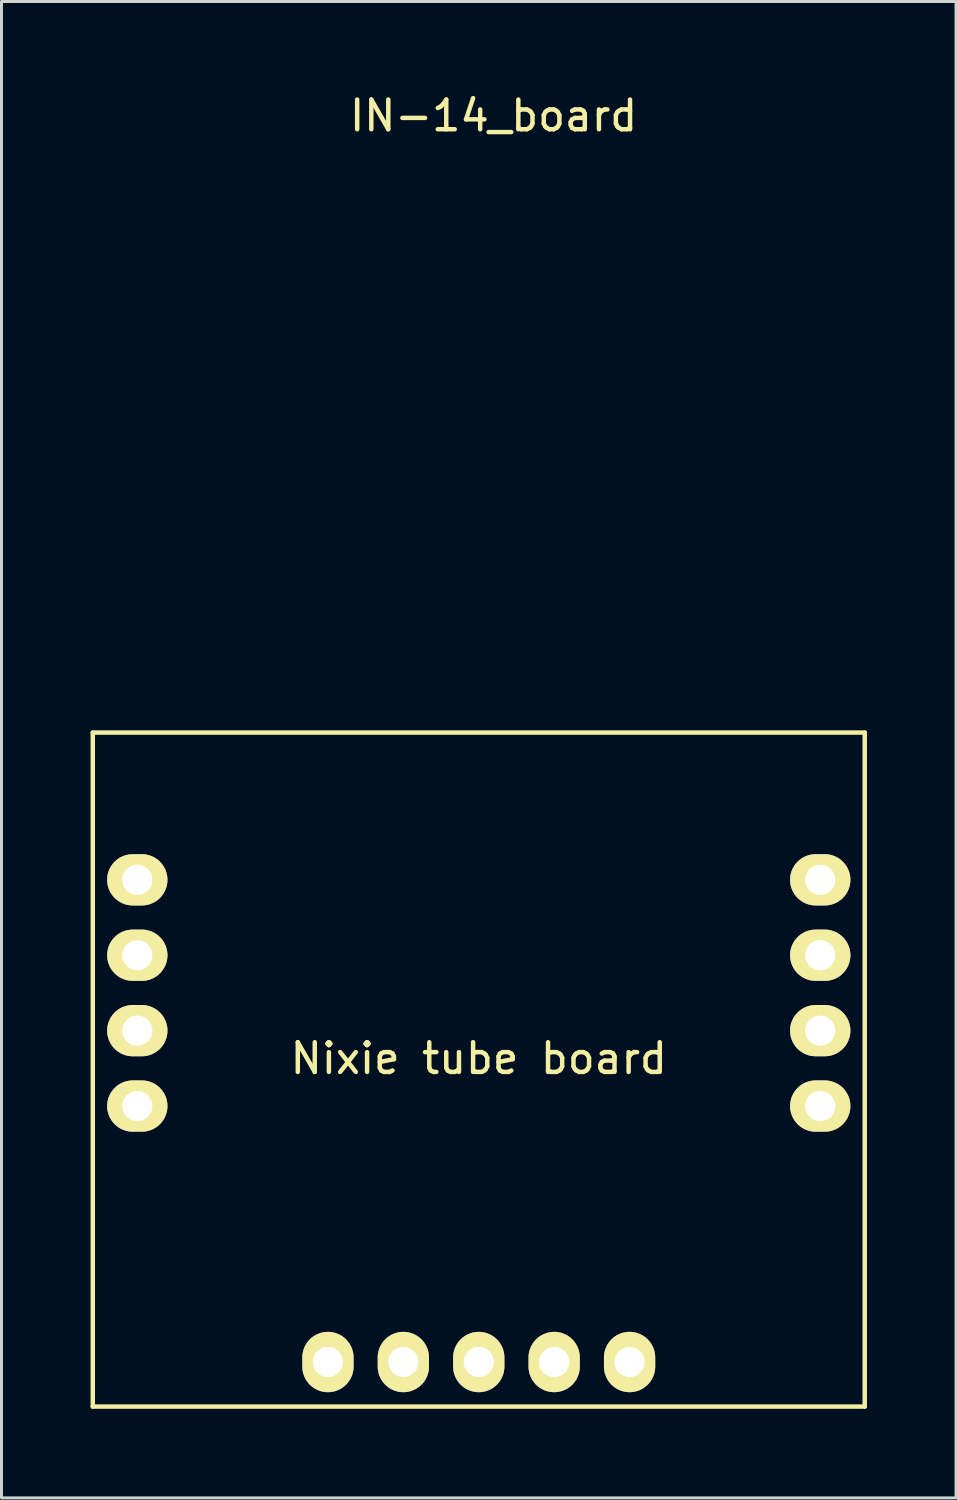
<source format=kicad_pcb>
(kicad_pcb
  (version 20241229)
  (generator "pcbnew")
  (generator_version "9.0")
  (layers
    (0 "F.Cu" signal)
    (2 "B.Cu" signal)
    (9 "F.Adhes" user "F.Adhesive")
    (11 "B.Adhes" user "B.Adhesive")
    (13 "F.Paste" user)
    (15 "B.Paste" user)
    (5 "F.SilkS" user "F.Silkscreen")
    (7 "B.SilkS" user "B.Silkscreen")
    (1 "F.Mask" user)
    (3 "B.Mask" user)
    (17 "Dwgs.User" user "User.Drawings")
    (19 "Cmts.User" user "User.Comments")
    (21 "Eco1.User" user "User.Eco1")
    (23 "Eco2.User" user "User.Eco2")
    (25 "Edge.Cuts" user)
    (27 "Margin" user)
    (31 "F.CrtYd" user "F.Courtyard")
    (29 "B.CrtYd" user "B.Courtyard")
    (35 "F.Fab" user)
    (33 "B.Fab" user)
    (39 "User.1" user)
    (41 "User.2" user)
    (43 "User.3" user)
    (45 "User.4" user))
  (footprint "IN-14_board"
    (layer "F.Cu")
    (at 13.075 31.328)
    (property "Reference" "IN-14_board" (at 0.5 -30.48 0) (layer "F.SilkS") (effects (font (size 1 1) (thickness 0.15))))
    (attr through_hole)
    (fp_line (start -13 -9.704) (end -13 12.996) (stroke (width 0.15) (type solid)) (layer "F.SilkS"))
    (fp_line (start -13 12.996) (end 13 12.996) (stroke (width 0.15) (type solid)) (layer "F.SilkS"))
    (fp_line (start 13 -9.704) (end -13 -9.704) (stroke (width 0.15) (type solid)) (layer "F.SilkS"))
    (fp_line (start 13 -9.704) (end 13 12.996) (stroke (width 0.15) (type solid)) (layer "F.SilkS"))
    (fp_text user "Nixie tube board" (at 0 1.27 0) (layer "F.SilkS") (effects (font (size 1 1) (thickness 0.15))))
    (pad "1" thru_hole oval (at 0 11.496 90) (size 2.032 1.727) (drill 1.016) (layers "*.Cu" "*.Mask" "F.SilkS"))
    (pad "3" thru_hole oval (at -5.08 11.496 90) (size 2.032 1.727) (drill 1.016) (layers "*.Cu" "*.Mask" "F.SilkS"))
    (pad "4" thru_hole oval (at -11.501 2.875) (size 2.032 1.727) (drill 1.016) (layers "*.Cu" "*.Mask" "F.SilkS"))
    (pad "5" thru_hole oval (at -11.501 0.335) (size 2.032 1.727) (drill 1.016) (layers "*.Cu" "*.Mask" "F.SilkS"))
    (pad "6" thru_hole oval (at -11.501 -2.205) (size 2.032 1.727) (drill 1.016) (layers "*.Cu" "*.Mask" "F.SilkS"))
    (pad "7" thru_hole oval (at -11.501 -4.745) (size 2.032 1.727) (drill 1.016) (layers "*.Cu" "*.Mask" "F.SilkS"))
    (pad "8" thru_hole oval (at 11.501 -4.745) (size 2.032 1.727) (drill 1.016) (layers "*.Cu" "*.Mask" "F.SilkS"))
    (pad "9" thru_hole oval (at 11.501 -2.205) (size 2.032 1.727) (drill 1.016) (layers "*.Cu" "*.Mask" "F.SilkS"))
    (pad "10" thru_hole oval (at 11.501 0.335) (size 2.032 1.727) (drill 1.016) (layers "*.Cu" "*.Mask" "F.SilkS"))
    (pad "11" thru_hole oval (at 11.501 2.875) (size 2.032 1.727) (drill 1.016) (layers "*.Cu" "*.Mask" "F.SilkS"))
    (pad "12" thru_hole oval (at 5.08 11.496 90) (size 2.032 1.727) (drill 1.016) (layers "*.Cu" "*.Mask" "F.SilkS"))
    (pad "13" thru_hole oval (at 2.54 11.496 90) (size 2.032 1.727) (drill 1.016) (layers "*.Cu" "*.Mask" "F.SilkS"))
    (pad "e" thru_hole oval (at -2.54 11.496 90) (size 2.032 1.727) (drill 1.016) (layers "*.Cu" "*.Mask" "F.SilkS")))
  (gr_rect
    (start -3 -3)
    (end 29.15 47.4)
    (stroke (width 0.1) (type default))
    (fill no)
    (layer "Edge.Cuts")))
</source>
